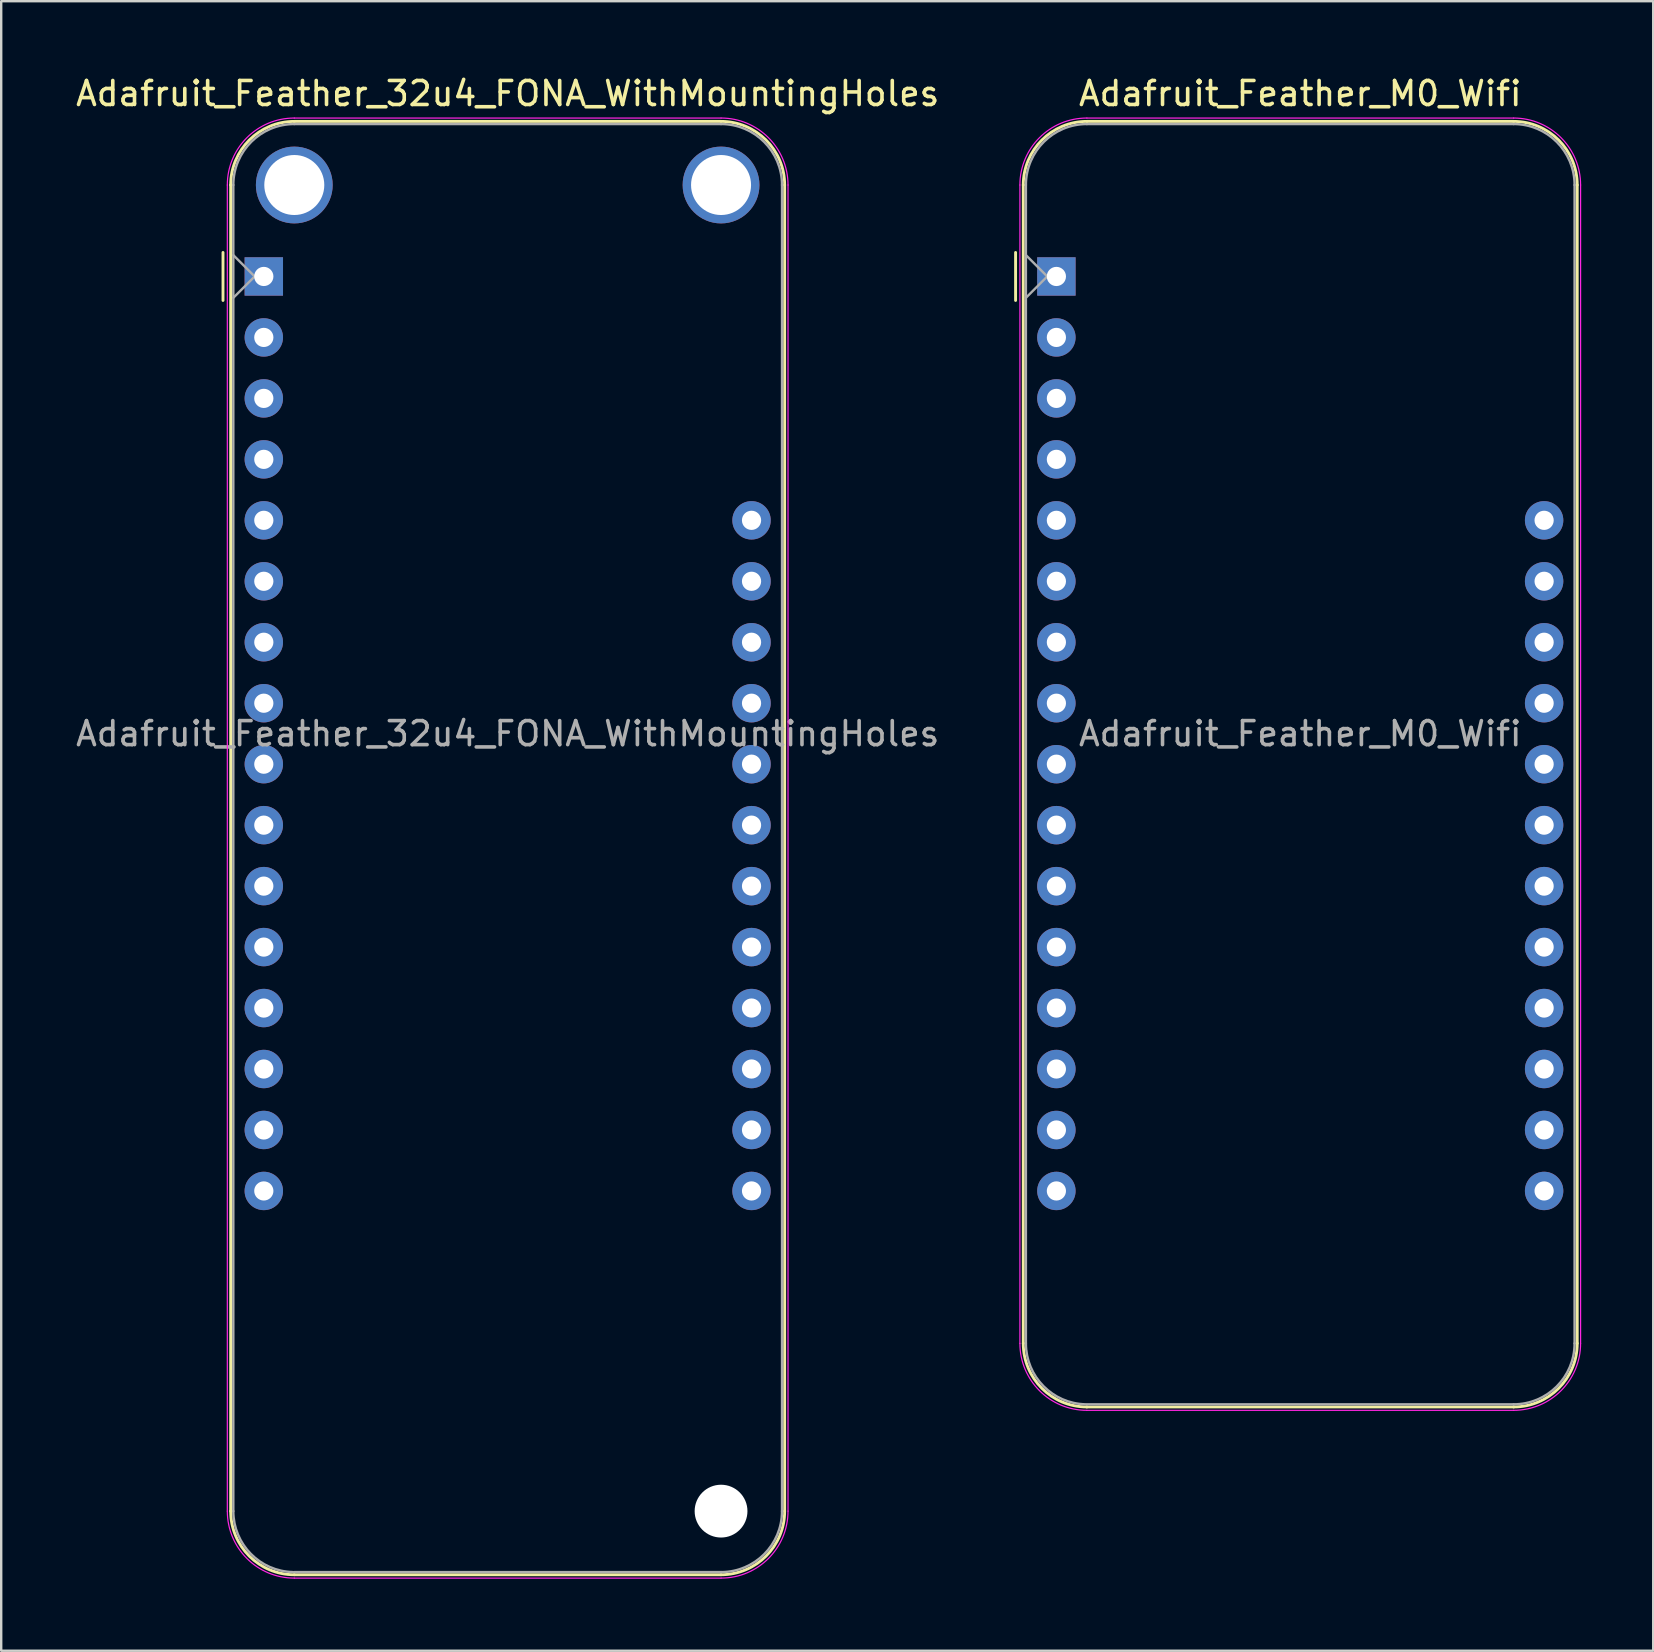
<source format=kicad_pcb>
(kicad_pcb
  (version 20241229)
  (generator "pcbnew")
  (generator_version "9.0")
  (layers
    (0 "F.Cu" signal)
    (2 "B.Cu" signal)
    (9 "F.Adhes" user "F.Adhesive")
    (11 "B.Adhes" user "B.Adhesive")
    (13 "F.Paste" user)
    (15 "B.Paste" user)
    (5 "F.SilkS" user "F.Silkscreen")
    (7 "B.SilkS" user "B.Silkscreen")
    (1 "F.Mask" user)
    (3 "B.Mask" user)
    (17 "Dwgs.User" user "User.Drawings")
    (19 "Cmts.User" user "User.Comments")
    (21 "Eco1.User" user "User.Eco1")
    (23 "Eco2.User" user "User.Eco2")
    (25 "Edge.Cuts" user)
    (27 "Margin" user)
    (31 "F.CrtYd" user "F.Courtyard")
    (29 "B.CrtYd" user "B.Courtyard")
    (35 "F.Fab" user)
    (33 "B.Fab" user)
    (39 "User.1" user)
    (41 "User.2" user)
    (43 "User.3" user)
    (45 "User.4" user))
  (footprint "Adafruit_Feather_M0_Wifi"
    (layer "F.Cu")
    (at 40.962 8.468)
    (property "Reference" "Adafruit_Feather_M0_Wifi" (at 10.16 -7.62 0) (layer "F.SilkS") (effects (font (size 1 1) (thickness 0.15))))
    (attr through_hole)
    (fp_line (start -1.7 1) (end -1.7 -1) (stroke (width 0.12) (type solid)) (layer "F.SilkS"))
    (fp_line (start -1.38 -3.81) (end -1.38 44.45) (stroke (width 0.12) (type solid)) (layer "F.SilkS"))
    (fp_line (start 19.05 -6.46) (end 1.27 -6.46) (stroke (width 0.12) (type solid)) (layer "F.SilkS"))
    (fp_line (start 19.05 47.1) (end 1.27 47.1) (stroke (width 0.12) (type solid)) (layer "F.SilkS"))
    (fp_line (start 21.7 -3.81) (end 21.7 44.45) (stroke (width 0.12) (type solid)) (layer "F.SilkS"))
    (fp_arc (start -1.38 -3.81) (mid -0.603833 -5.683833) (end 1.27 -6.46) (stroke (width 0.12) (type solid)) (layer "F.SilkS"))
    (fp_arc (start 1.27 47.1) (mid -0.603833 46.323833) (end -1.38 44.45) (stroke (width 0.12) (type solid)) (layer "F.SilkS"))
    (fp_arc (start 19.05 -6.46) (mid 20.923833 -5.683833) (end 21.7 -3.81) (stroke (width 0.12) (type solid)) (layer "F.SilkS"))
    (fp_arc (start 21.7 44.45) (mid 20.923833 46.323833) (end 19.05 47.1) (stroke (width 0.12) (type solid)) (layer "F.SilkS"))
    (fp_line (start -1.52 44.45) (end -1.52 -3.81) (stroke (width 0.05) (type solid)) (layer "F.CrtYd"))
    (fp_line (start 19.05 -6.6) (end 1.27 -6.6) (stroke (width 0.05) (type solid)) (layer "F.CrtYd"))
    (fp_line (start 19.05 47.24) (end 1.27 47.24) (stroke (width 0.05) (type solid)) (layer "F.CrtYd"))
    (fp_line (start 21.84 44.45) (end 21.84 -3.81) (stroke (width 0.05) (type solid)) (layer "F.CrtYd"))
    (fp_arc (start -1.52 -3.81) (mid -0.702828 -5.782828) (end 1.27 -6.6) (stroke (width 0.05) (type solid)) (layer "F.CrtYd"))
    (fp_arc (start 1.27 47.24) (mid -0.702828 46.422828) (end -1.52 44.45) (stroke (width 0.05) (type solid)) (layer "F.CrtYd"))
    (fp_arc (start 19.05 -6.6) (mid 21.022828 -5.782828) (end 21.84 -3.81) (stroke (width 0.05) (type solid)) (layer "F.CrtYd"))
    (fp_arc (start 21.84 44.45) (mid 21.022828 46.422828) (end 19.05 47.24) (stroke (width 0.05) (type solid)) (layer "F.CrtYd"))
    (fp_line (start -1.27 -3.81) (end -1.27 44.45) (stroke (width 0.1) (type solid)) (layer "F.Fab"))
    (fp_line (start -1.27 -0.889) (end -0.381 0) (stroke (width 0.1) (type solid)) (layer "F.Fab"))
    (fp_line (start -0.381 0) (end -1.27 0.889) (stroke (width 0.1) (type solid)) (layer "F.Fab"))
    (fp_line (start 1.27 46.99) (end 19.05 46.99) (stroke (width 0.1) (type solid)) (layer "F.Fab"))
    (fp_line (start 19.05 -6.35) (end 1.27 -6.35) (stroke (width 0.1) (type solid)) (layer "F.Fab"))
    (fp_line (start 21.59 44.45) (end 21.59 -3.81) (stroke (width 0.1) (type solid)) (layer "F.Fab"))
    (fp_arc (start -1.27 -3.81) (mid -0.526051 -5.606051) (end 1.27 -6.35) (stroke (width 0.1) (type solid)) (layer "F.Fab"))
    (fp_arc (start 1.221238 46.989532) (mid -0.543209 46.228728) (end -1.27 44.45) (stroke (width 0.1) (type solid)) (layer "F.Fab"))
    (fp_arc (start 19.05 -6.35) (mid 20.846051 -5.606051) (end 21.59 -3.81) (stroke (width 0.1) (type solid)) (layer "F.Fab"))
    (fp_arc (start 21.59 44.45) (mid 20.846051 46.246051) (end 19.05 46.99) (stroke (width 0.1) (type solid)) (layer "F.Fab"))
    (fp_text user "${REFERENCE}" (at 10.16 19.05 180) (layer "F.Fab") (effects (font (size 1 1) (thickness 0.15))))
    (pad "1" thru_hole rect (at 0 0 180) (size 1.6 1.6) (drill 0.8) (layers "*.Cu" "*.Mask"))
    (pad "2" thru_hole circle (at 0 2.54 180) (size 1.6 1.6) (drill 0.8) (layers "*.Cu" "*.Mask"))
    (pad "3" thru_hole circle (at 0 5.08 180) (size 1.6 1.6) (drill 0.8) (layers "*.Cu" "*.Mask"))
    (pad "4" thru_hole circle (at 0 7.62 180) (size 1.6 1.6) (drill 0.8) (layers "*.Cu" "*.Mask"))
    (pad "5" thru_hole circle (at 0 10.16 180) (size 1.6 1.6) (drill 0.8) (layers "*.Cu" "*.Mask"))
    (pad "6" thru_hole circle (at 0 12.7 180) (size 1.6 1.6) (drill 0.8) (layers "*.Cu" "*.Mask"))
    (pad "7" thru_hole circle (at 0 15.24 180) (size 1.6 1.6) (drill 0.8) (layers "*.Cu" "*.Mask"))
    (pad "8" thru_hole circle (at 0 17.78 180) (size 1.6 1.6) (drill 0.8) (layers "*.Cu" "*.Mask"))
    (pad "9" thru_hole circle (at 0 20.32 180) (size 1.6 1.6) (drill 0.8) (layers "*.Cu" "*.Mask"))
    (pad "10" thru_hole circle (at 0 22.86 180) (size 1.6 1.6) (drill 0.8) (layers "*.Cu" "*.Mask"))
    (pad "11" thru_hole circle (at 0 25.4 180) (size 1.6 1.6) (drill 0.8) (layers "*.Cu" "*.Mask"))
    (pad "12" thru_hole circle (at 0 27.94 180) (size 1.6 1.6) (drill 0.8) (layers "*.Cu" "*.Mask"))
    (pad "13" thru_hole circle (at 0 30.48 180) (size 1.6 1.6) (drill 0.8) (layers "*.Cu" "*.Mask"))
    (pad "14" thru_hole circle (at 0 33.02 180) (size 1.6 1.6) (drill 0.8) (layers "*.Cu" "*.Mask"))
    (pad "15" thru_hole circle (at 0 35.56 180) (size 1.6 1.6) (drill 0.8) (layers "*.Cu" "*.Mask"))
    (pad "16" thru_hole circle (at 0 38.1 180) (size 1.6 1.6) (drill 0.8) (layers "*.Cu" "*.Mask"))
    (pad "17" thru_hole circle (at 20.32 38.1 180) (size 1.6 1.6) (drill 0.8) (layers "*.Cu" "*.Mask"))
    (pad "18" thru_hole circle (at 20.32 35.56 180) (size 1.6 1.6) (drill 0.8) (layers "*.Cu" "*.Mask"))
    (pad "19" thru_hole circle (at 20.32 33.02 180) (size 1.6 1.6) (drill 0.8) (layers "*.Cu" "*.Mask"))
    (pad "20" thru_hole circle (at 20.32 30.48 180) (size 1.6 1.6) (drill 0.8) (layers "*.Cu" "*.Mask"))
    (pad "21" thru_hole circle (at 20.32 27.94 180) (size 1.6 1.6) (drill 0.8) (layers "*.Cu" "*.Mask"))
    (pad "22" thru_hole circle (at 20.32 25.4 180) (size 1.6 1.6) (drill 0.8) (layers "*.Cu" "*.Mask"))
    (pad "23" thru_hole circle (at 20.32 22.86 180) (size 1.6 1.6) (drill 0.8) (layers "*.Cu" "*.Mask"))
    (pad "24" thru_hole circle (at 20.32 20.32 180) (size 1.6 1.6) (drill 0.8) (layers "*.Cu" "*.Mask"))
    (pad "25" thru_hole circle (at 20.32 17.78 180) (size 1.6 1.6) (drill 0.8) (layers "*.Cu" "*.Mask"))
    (pad "26" thru_hole circle (at 20.32 15.24 180) (size 1.6 1.6) (drill 0.8) (layers "*.Cu" "*.Mask"))
    (pad "27" thru_hole circle (at 20.32 12.7 180) (size 1.6 1.6) (drill 0.8) (layers "*.Cu" "*.Mask"))
    (pad "28" thru_hole circle (at 20.32 10.16 180) (size 1.6 1.6) (drill 0.8) (layers "*.Cu" "*.Mask")))
  (footprint "Adafruit_Feather_32u4_FONA_WithMountingHoles"
    (layer "F.Cu")
    (at 7.941 8.468)
    (property "Reference" "Adafruit_Feather_32u4_FONA_WithMountingHoles" (at 10.16 -7.62 0) (layer "F.SilkS") (effects (font (size 1 1) (thickness 0.15))))
    (attr through_hole)
    (fp_line (start -1.7 1) (end -1.7 -1) (stroke (width 0.12) (type solid)) (layer "F.SilkS"))
    (fp_line (start -1.38 -3.81) (end -1.38 51.44) (stroke (width 0.12) (type solid)) (layer "F.SilkS"))
    (fp_line (start 19.05 -6.46) (end 1.27 -6.46) (stroke (width 0.12) (type solid)) (layer "F.SilkS"))
    (fp_line (start 19.05 54.09) (end 1.27 54.09) (stroke (width 0.12) (type solid)) (layer "F.SilkS"))
    (fp_line (start 21.7 -3.81) (end 21.7 51.44) (stroke (width 0.12) (type solid)) (layer "F.SilkS"))
    (fp_arc (start -1.38 -3.81) (mid -0.603833 -5.683833) (end 1.27 -6.46) (stroke (width 0.12) (type solid)) (layer "F.SilkS"))
    (fp_arc (start 1.27 54.09) (mid -0.603833 53.313833) (end -1.38 51.44) (stroke (width 0.12) (type solid)) (layer "F.SilkS"))
    (fp_arc (start 19.05 -6.46) (mid 20.923833 -5.683833) (end 21.7 -3.81) (stroke (width 0.12) (type solid)) (layer "F.SilkS"))
    (fp_arc (start 21.7 51.44) (mid 20.923833 53.313833) (end 19.05 54.09) (stroke (width 0.12) (type solid)) (layer "F.SilkS"))
    (fp_line (start -1.52 51.44) (end -1.52 -3.81) (stroke (width 0.05) (type solid)) (layer "F.CrtYd"))
    (fp_line (start 19.05 -6.6) (end 1.27 -6.6) (stroke (width 0.05) (type solid)) (layer "F.CrtYd"))
    (fp_line (start 19.05 54.23) (end 1.27 54.23) (stroke (width 0.05) (type solid)) (layer "F.CrtYd"))
    (fp_line (start 21.84 51.44) (end 21.84 -3.81) (stroke (width 0.05) (type solid)) (layer "F.CrtYd"))
    (fp_arc (start -1.52 -3.81) (mid -0.702828 -5.782828) (end 1.27 -6.6) (stroke (width 0.05) (type solid)) (layer "F.CrtYd"))
    (fp_arc (start 1.27 54.23) (mid -0.702828 53.412828) (end -1.52 51.44) (stroke (width 0.05) (type solid)) (layer "F.CrtYd"))
    (fp_arc (start 19.05 -6.6) (mid 21.022828 -5.782828) (end 21.84 -3.81) (stroke (width 0.05) (type solid)) (layer "F.CrtYd"))
    (fp_arc (start 21.84 51.44) (mid 21.022828 53.412828) (end 19.05 54.23) (stroke (width 0.05) (type solid)) (layer "F.CrtYd"))
    (fp_line (start -1.27 -3.81) (end -1.27 51.44) (stroke (width 0.1) (type solid)) (layer "F.Fab"))
    (fp_line (start -1.27 -0.889) (end -0.381 0) (stroke (width 0.1) (type solid)) (layer "F.Fab"))
    (fp_line (start -0.381 0) (end -1.27 0.889) (stroke (width 0.1) (type solid)) (layer "F.Fab"))
    (fp_line (start 1.27 53.98) (end 19.05 53.98) (stroke (width 0.1) (type solid)) (layer "F.Fab"))
    (fp_line (start 19.05 -6.35) (end 1.27 -6.35) (stroke (width 0.1) (type solid)) (layer "F.Fab"))
    (fp_line (start 21.59 51.44) (end 21.59 -3.81) (stroke (width 0.1) (type solid)) (layer "F.Fab"))
    (fp_arc (start -1.27 -3.81) (mid -0.526051 -5.606051) (end 1.27 -6.35) (stroke (width 0.1) (type solid)) (layer "F.Fab"))
    (fp_arc (start 1.221238 53.979532) (mid -0.543209 53.218728) (end -1.27 51.44) (stroke (width 0.1) (type solid)) (layer "F.Fab"))
    (fp_arc (start 19.05 -6.35) (mid 20.846051 -5.606051) (end 21.59 -3.81) (stroke (width 0.1) (type solid)) (layer "F.Fab"))
    (fp_arc (start 21.59 51.44) (mid 20.846051 53.236051) (end 19.05 53.98) (stroke (width 0.1) (type solid)) (layer "F.Fab"))
    (fp_text user "${REFERENCE}" (at 10.16 19.05 180) (layer "F.Fab") (effects (font (size 1 1) (thickness 0.15))))
    (pad "" np_thru_hole circle (at 1.27 -3.81 270) (size 3.2 3.2) (drill 2.5) (layers "*.Cu" "*.Mask"))
    (pad "" np_thru_hole circle (at 19.05 -3.81 270) (size 3.2 3.2) (drill 2.5) (layers "*.Cu" "*.Mask"))
    (pad "" np_thru_hole circle (at 19.05 51.44 270) (size 2.2 2.2) (drill 2.2) (layers "*.Cu" "*.Mask"))
    (pad "1" thru_hole rect (at 0 0 180) (size 1.6 1.6) (drill 0.8) (layers "*.Cu" "*.Mask"))
    (pad "2" thru_hole circle (at 0 2.54 180) (size 1.6 1.6) (drill 0.8) (layers "*.Cu" "*.Mask"))
    (pad "3" thru_hole circle (at 0 5.08 180) (size 1.6 1.6) (drill 0.8) (layers "*.Cu" "*.Mask"))
    (pad "4" thru_hole circle (at 0 7.62 180) (size 1.6 1.6) (drill 0.8) (layers "*.Cu" "*.Mask"))
    (pad "5" thru_hole circle (at 0 10.16 180) (size 1.6 1.6) (drill 0.8) (layers "*.Cu" "*.Mask"))
    (pad "6" thru_hole circle (at 0 12.7 180) (size 1.6 1.6) (drill 0.8) (layers "*.Cu" "*.Mask"))
    (pad "7" thru_hole circle (at 0 15.24 180) (size 1.6 1.6) (drill 0.8) (layers "*.Cu" "*.Mask"))
    (pad "8" thru_hole circle (at 0 17.78 180) (size 1.6 1.6) (drill 0.8) (layers "*.Cu" "*.Mask"))
    (pad "9" thru_hole circle (at 0 20.32 180) (size 1.6 1.6) (drill 0.8) (layers "*.Cu" "*.Mask"))
    (pad "10" thru_hole circle (at 0 22.86 180) (size 1.6 1.6) (drill 0.8) (layers "*.Cu" "*.Mask"))
    (pad "11" thru_hole circle (at 0 25.4 180) (size 1.6 1.6) (drill 0.8) (layers "*.Cu" "*.Mask"))
    (pad "12" thru_hole circle (at 0 27.94 180) (size 1.6 1.6) (drill 0.8) (layers "*.Cu" "*.Mask"))
    (pad "13" thru_hole circle (at 0 30.48 180) (size 1.6 1.6) (drill 0.8) (layers "*.Cu" "*.Mask"))
    (pad "14" thru_hole circle (at 0 33.02 180) (size 1.6 1.6) (drill 0.8) (layers "*.Cu" "*.Mask"))
    (pad "15" thru_hole circle (at 0 35.56 180) (size 1.6 1.6) (drill 0.8) (layers "*.Cu" "*.Mask"))
    (pad "16" thru_hole circle (at 0 38.1 180) (size 1.6 1.6) (drill 0.8) (layers "*.Cu" "*.Mask"))
    (pad "17" thru_hole circle (at 20.32 38.1 180) (size 1.6 1.6) (drill 0.8) (layers "*.Cu" "*.Mask"))
    (pad "18" thru_hole circle (at 20.32 35.56 180) (size 1.6 1.6) (drill 0.8) (layers "*.Cu" "*.Mask"))
    (pad "19" thru_hole circle (at 20.32 33.02 180) (size 1.6 1.6) (drill 0.8) (layers "*.Cu" "*.Mask"))
    (pad "20" thru_hole circle (at 20.32 30.48 180) (size 1.6 1.6) (drill 0.8) (layers "*.Cu" "*.Mask"))
    (pad "21" thru_hole circle (at 20.32 27.94 180) (size 1.6 1.6) (drill 0.8) (layers "*.Cu" "*.Mask"))
    (pad "22" thru_hole circle (at 20.32 25.4 180) (size 1.6 1.6) (drill 0.8) (layers "*.Cu" "*.Mask"))
    (pad "23" thru_hole circle (at 20.32 22.86 180) (size 1.6 1.6) (drill 0.8) (layers "*.Cu" "*.Mask"))
    (pad "24" thru_hole circle (at 20.32 20.32 180) (size 1.6 1.6) (drill 0.8) (layers "*.Cu" "*.Mask"))
    (pad "25" thru_hole circle (at 20.32 17.78 180) (size 1.6 1.6) (drill 0.8) (layers "*.Cu" "*.Mask"))
    (pad "26" thru_hole circle (at 20.32 15.24 180) (size 1.6 1.6) (drill 0.8) (layers "*.Cu" "*.Mask"))
    (pad "27" thru_hole circle (at 20.32 12.7 180) (size 1.6 1.6) (drill 0.8) (layers "*.Cu" "*.Mask"))
    (pad "28" thru_hole circle (at 20.32 10.16 180) (size 1.6 1.6) (drill 0.8) (layers "*.Cu" "*.Mask")))
  (gr_rect
    (start -3 -3)
    (end 65.827 65.723)
    (stroke (width 0.1) (type default))
    (fill no)
    (layer "Edge.Cuts")))
</source>
